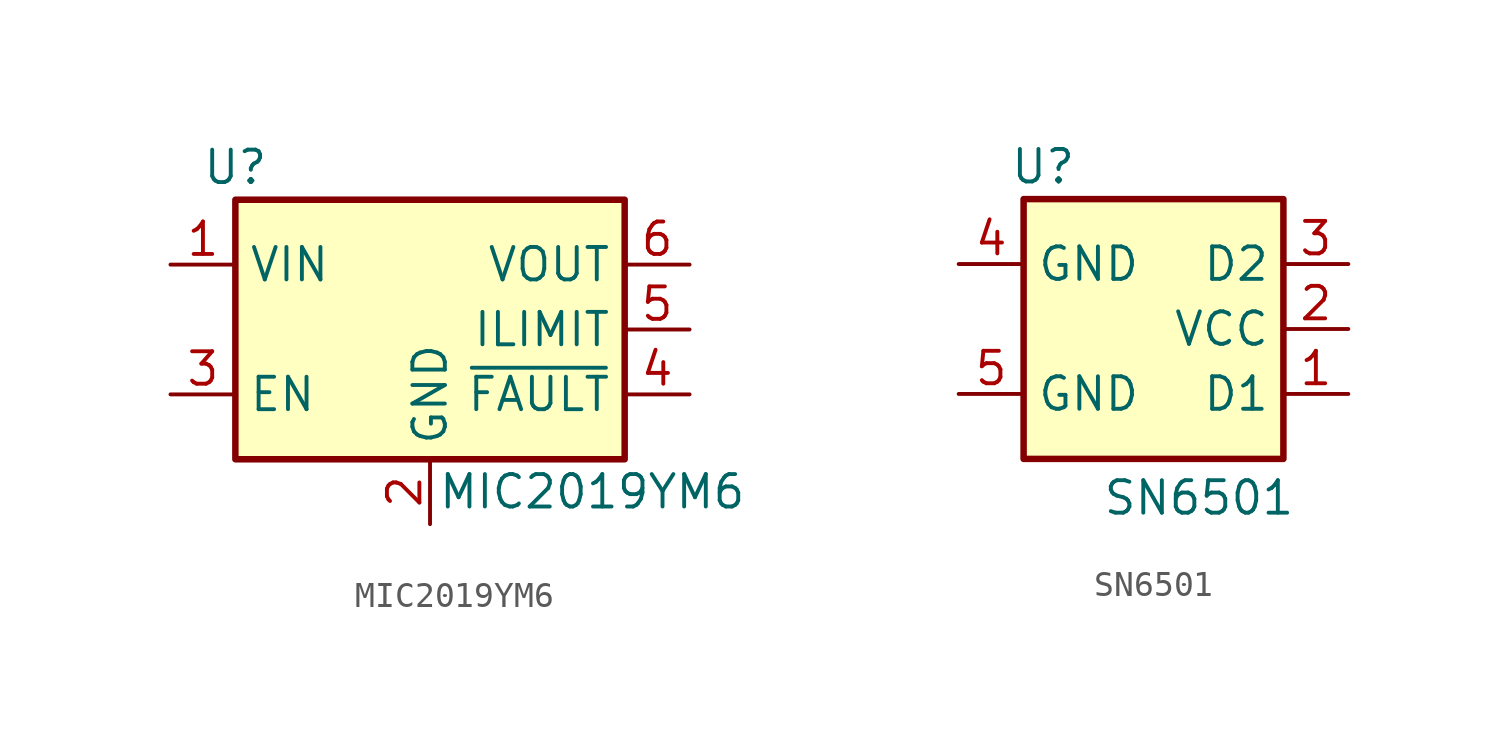
<source format=kicad_sym>
(kicad_symbol_lib
  (version 20241209)
  (generator "kicad_symbol_editor")
  (generator_version "9.0")
  (symbol "MIC2019YM6"
    (property "Reference" "U"
      (at -7.62 6.35 0)
      (effects (font (size 1.27 1.27))))
    (property "Value" "MIC2019YM6"
      (at 6.35 -6.35 0)
      (effects (font (size 1.27 1.27))))
    (symbol "MIC2019YM6_0_1"
      (rectangle (start -7.62 5.08) (end 7.62 -5.08) (stroke (width 0.254) (type default)) (fill (type background))))
    (symbol "MIC2019YM6_1_1"
      (pin power_in line (at -10.16 2.54 0) (length 2.54) (name "VIN" (effects (font (size 1.27 1.27)))) (number "1" (effects (font (size 1.27 1.27)))))
      (pin input line (at -10.16 -2.54 0) (length 2.54) (name "EN" (effects (font (size 1.27 1.27)))) (number "3" (effects (font (size 1.27 1.27)))))
      (pin power_in line (at 0 -7.62 90) (length 2.54) (name "GND" (effects (font (size 1.27 1.27)))) (number "2" (effects (font (size 1.27 1.27)))))
      (pin power_out line (at 10.16 2.54 180) (length 2.54) (name "VOUT" (effects (font (size 1.27 1.27)))) (number "6" (effects (font (size 1.27 1.27)))))
      (pin passive line (at 10.16 0 180) (length 2.54) (name "ILIMIT" (effects (font (size 1.27 1.27)))) (number "5" (effects (font (size 1.27 1.27)))))
      (pin open_collector line (at 10.16 -2.54 180) (length 2.54) (name "~{FAULT}" (effects (font (size 1.27 1.27)))) (number "4" (effects (font (size 1.27 1.27)))))))
  (symbol "SN6501"
    (property "Reference" "U"
      (at -4.318 6.35 0)
      (effects (font (size 1.27 1.27))))
    (property "Value" "SN6501"
      (at 1.778 -6.604 0)
      (effects (font (size 1.27 1.27))))
    (symbol "SN6501_0_1"
      (rectangle (start -5.08 5.08) (end 5.08 -5.08) (stroke (width 0.254) (type default)) (fill (type background))))
    (symbol "SN6501_1_1"
      (pin power_in line (at -7.62 2.54 0) (length 2.54) (name "GND" (effects (font (size 1.27 1.27)))) (number "4" (effects (font (size 1.27 1.27)))))
      (pin power_in line (at -7.62 -2.54 0) (length 2.54) (name "GND" (effects (font (size 1.27 1.27)))) (number "5" (effects (font (size 1.27 1.27)))))
      (pin open_collector line (at 7.62 2.54 180) (length 2.54) (name "D2" (effects (font (size 1.27 1.27)))) (number "3" (effects (font (size 1.27 1.27)))))
      (pin power_in line (at 7.62 0 180) (length 2.54) (name "VCC" (effects (font (size 1.27 1.27)))) (number "2" (effects (font (size 1.27 1.27)))))
      (pin open_collector line (at 7.62 -2.54 180) (length 2.54) (name "D1" (effects (font (size 1.27 1.27)))) (number "1" (effects (font (size 1.27 1.27))))))))
</source>
